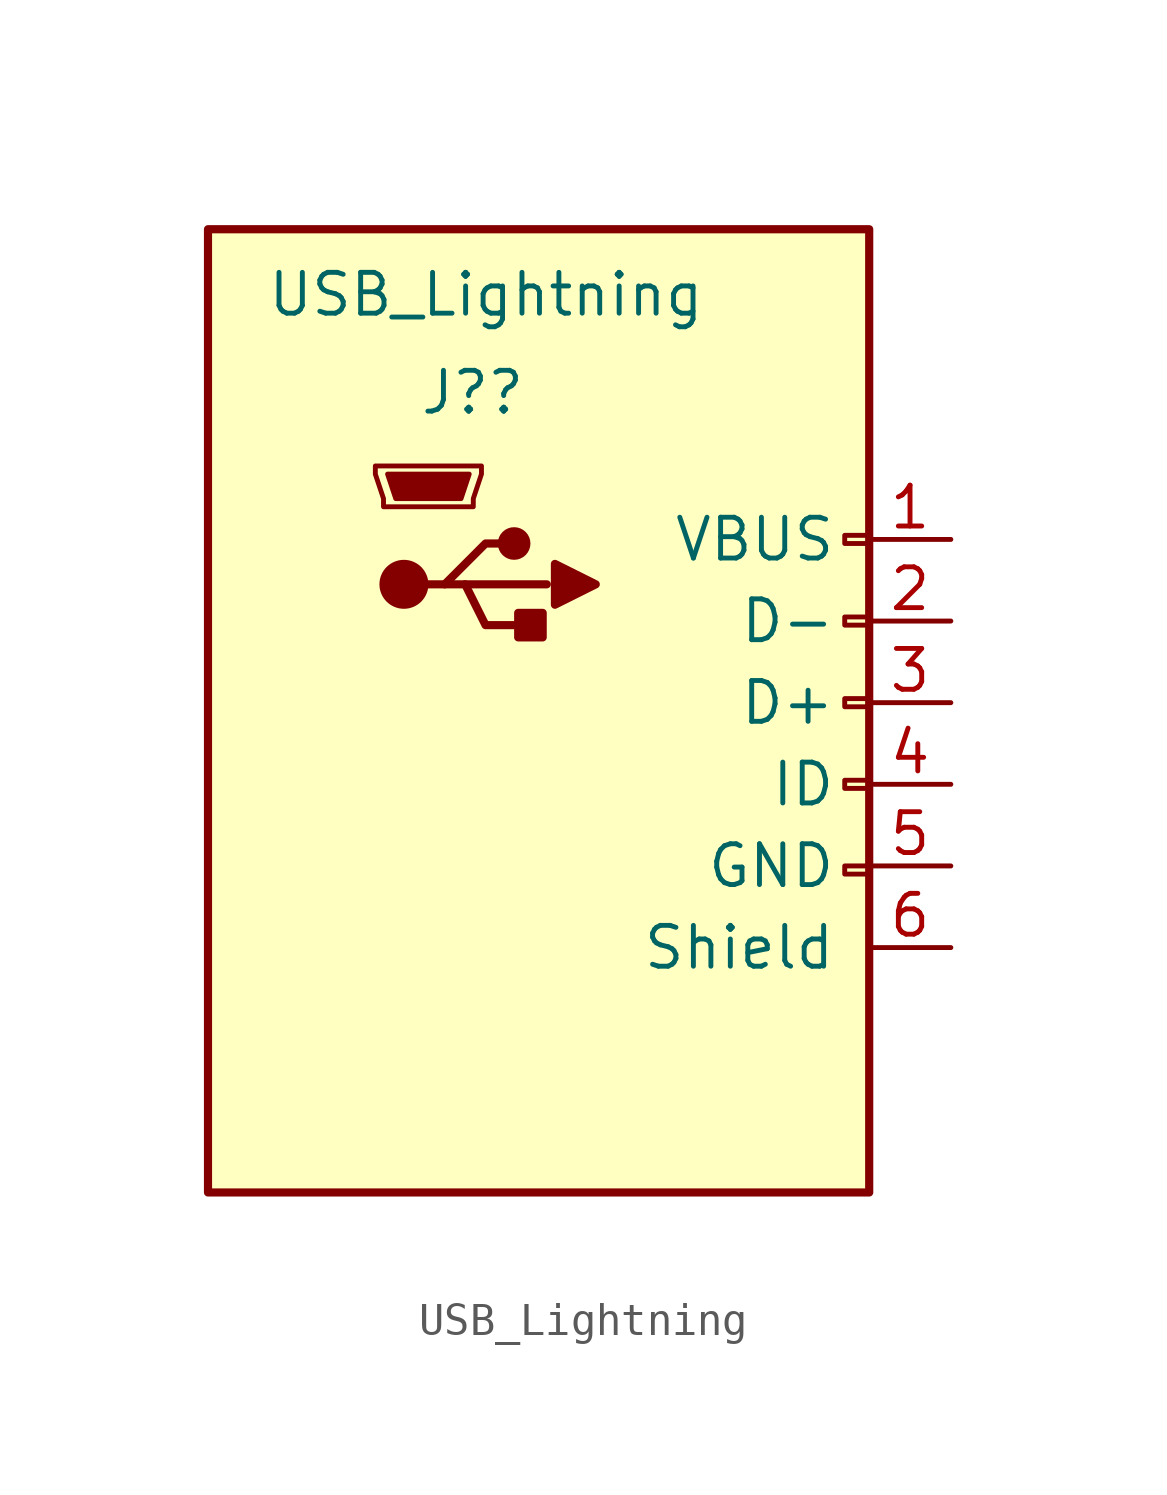
<source format=kicad_sym>
(kicad_symbol_lib
  (version 20211014)
  (generator kicad_symbol_editor)
  (symbol "USB_Lightning"
    (pin_names
      (offset 1.016))
    (property "Reference" "J?"
      (at -5.588 9.652 0)
      (effects (font (size 1.27 1.27)) (justify right)))
    (property "Value" "USB_Lightning"
      (at 0 12.7 0)
      (effects (font (size 1.27 1.27)) (justify right)))
    (symbol "USB_Lightning_0_1"
      (rectangle (start -15.494 14.732) (end 5.08 -15.24) (stroke (width 0.254) (type default) (color 0 0 0 0)) (fill (type background)))
      (circle (center -9.398 3.683) (radius 0.635) (stroke (width 0.254) (type default) (color 0 0 0 0)) (fill (type outline)))
      (circle (center -5.969 4.953) (radius 0.381) (stroke (width 0.254) (type default) (color 0 0 0 0)) (fill (type outline)))
      (rectangle (start -5.08 2.794) (end -5.842 2.032) (stroke (width 0.254) (type default) (color 0 0 0 0)) (fill (type outline)))
      (polyline (pts (xy -7.493 3.683) (xy -4.953 3.683)) (stroke (width 0.254) (type default) (color 0 0 0 0)) (fill (type none)))
      (polyline (pts (xy -8.763 3.683) (xy -8.128 3.683) (xy -6.858 4.953) (xy -6.223 4.953)) (stroke (width 0.254) (type default) (color 0 0 0 0)) (fill (type none)))
      (polyline (pts (xy -8.128 3.683) (xy -7.493 3.683) (xy -6.858 2.413) (xy -5.588 2.413)) (stroke (width 0.254) (type default) (color 0 0 0 0)) (fill (type none)))
      (polyline (pts (xy -4.699 4.318) (xy -4.699 3.048) (xy -3.429 3.683) (xy -4.699 4.318)) (stroke (width 0.254) (type default) (color 0 0 0 0)) (fill (type outline)))
      (polyline (pts (xy -9.906 7.112) (xy -7.366 7.112) (xy -7.62 6.35) (xy -9.652 6.35) (xy -9.906 7.112)) (stroke (width 0) (type default) (color 0 0 0 0)) (fill (type outline)))
      (polyline (pts (xy -10.287 7.366) (xy -10.287 7.112) (xy -10.033 6.35) (xy -10.033 6.096) (xy -7.239 6.096) (xy -7.239 6.35) (xy -6.985 7.112) (xy -6.985 7.366) (xy -10.287 7.366)) (stroke (width 0) (type default) (color 0 0 0 0)) (fill (type none)))
      (rectangle (start 5.08 -5.334) (end 4.318 -5.08) (stroke (width 0) (type default) (color 0 0 0 0)) (fill (type none)))
      (rectangle (start 5.08 -2.667) (end 4.318 -2.413) (stroke (width 0) (type default) (color 0 0 0 0)) (fill (type none)))
      (rectangle (start 5.08 -0.127) (end 4.318 0.127) (stroke (width 0) (type default) (color 0 0 0 0)) (fill (type none)))
      (rectangle (start 5.08 2.413) (end 4.318 2.667) (stroke (width 0) (type default) (color 0 0 0 0)) (fill (type none)))
      (rectangle (start 5.08 4.953) (end 4.318 5.207) (stroke (width 0) (type default) (color 0 0 0 0)) (fill (type none))))
    (symbol "USB_Lightning_1_1"
      (pin power_out line (at 7.62 5.08 180) (length 2.54) (name "VBUS" (effects (font (size 1.27 1.27)))) (number "1" (effects (font (size 1.27 1.27)))))
      (pin bidirectional line (at 7.62 2.54 180) (length 2.54) (name "D-" (effects (font (size 1.27 1.27)))) (number "2" (effects (font (size 1.27 1.27)))))
      (pin bidirectional line (at 7.62 0 180) (length 2.54) (name "D+" (effects (font (size 1.27 1.27)))) (number "3" (effects (font (size 1.27 1.27)))))
      (pin passive line (at 7.62 -2.54 180) (length 2.54) (name "ID" (effects (font (size 1.27 1.27)))) (number "4" (effects (font (size 1.27 1.27)))))
      (pin power_out line (at 7.62 -5.08 180) (length 2.54) (name "GND" (effects (font (size 1.27 1.27)))) (number "5" (effects (font (size 1.27 1.27)))))
      (pin passive line (at 7.62 -7.62 180) (length 2.54) (name "Shield" (effects (font (size 1.27 1.27)))) (number "6" (effects (font (size 1.27 1.27))))))))
</source>
